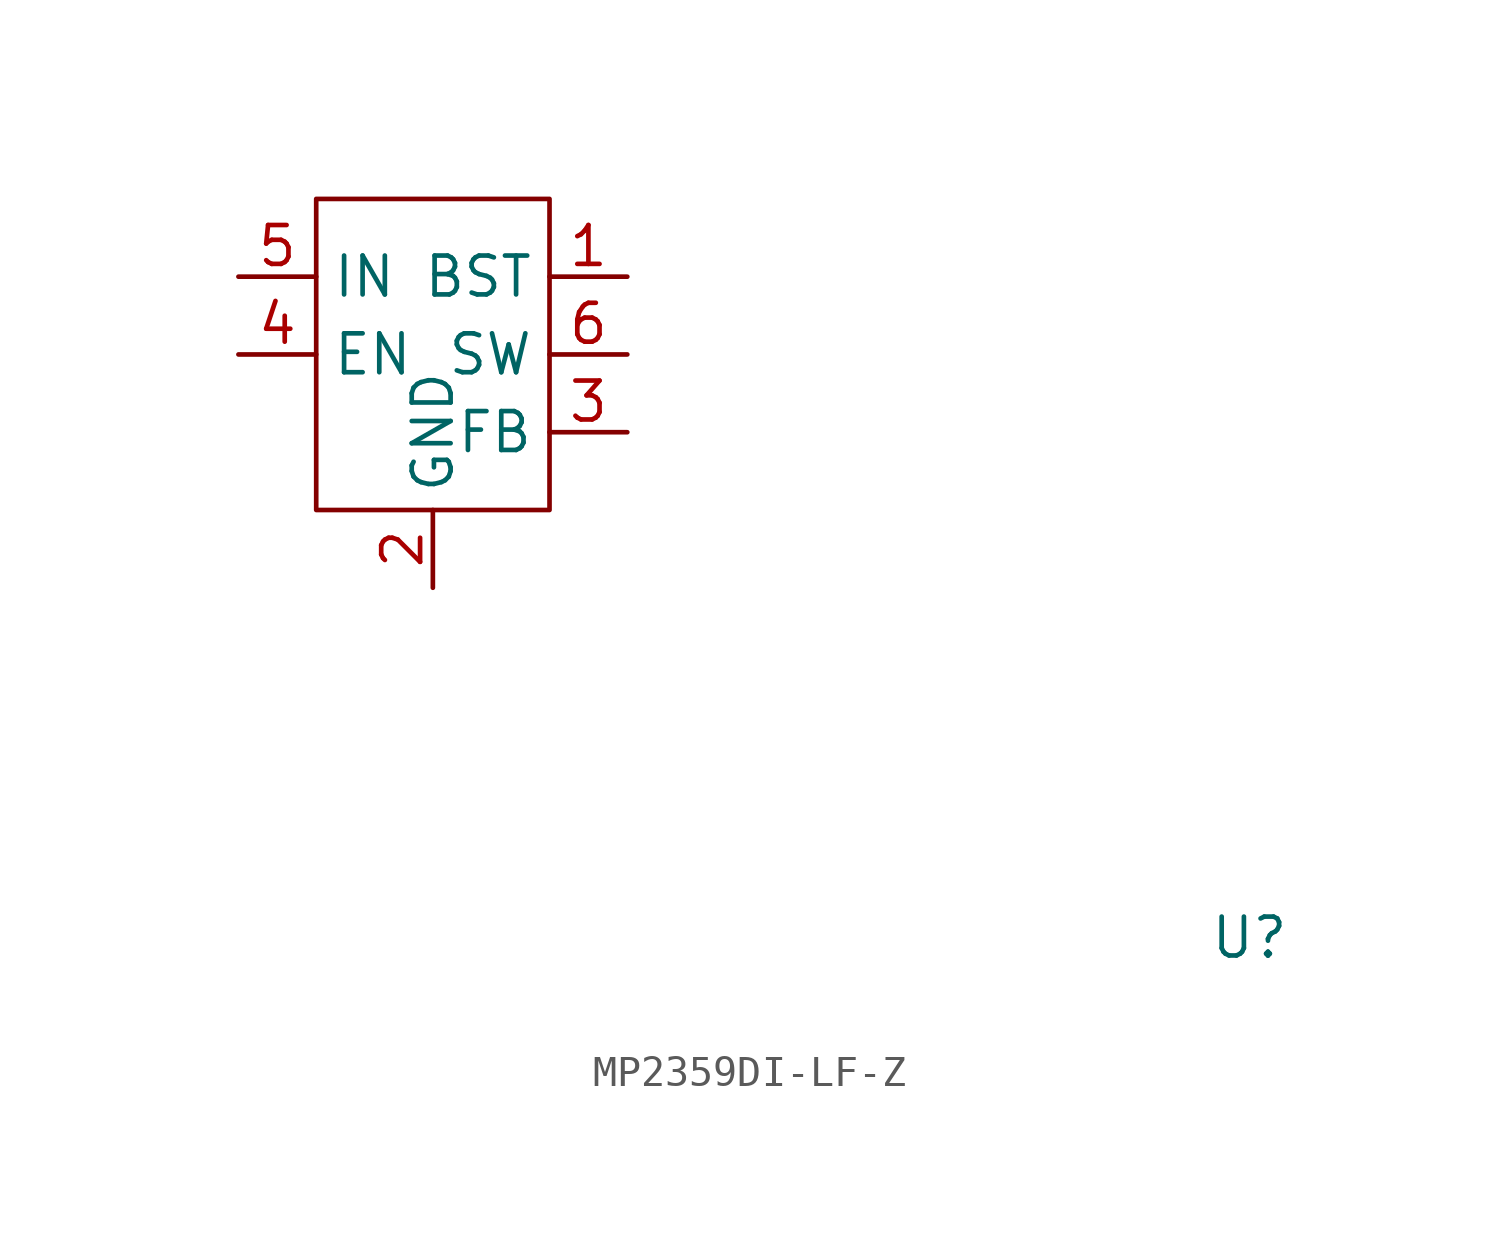
<source format=kicad_sym>
(kicad_symbol_lib
  (version 20220914)
  (generator kicad_symbol_editor)
  (symbol "MP2359DI-LF-Z"
    (property "Reference" "U"
      (at 0 0 0)
      (effects (font (size 1.27 1.27))))
    (property "Value" ""
      (at 0 0 0)
      (effects (font (size 1.27 1.27))))
    (symbol "MP2359DI-LF-Z_1_1"
      (rectangle (start -30.48 24.13) (end -22.86 13.97) (stroke (width 0) (type default)) (fill (type none)))
      (pin input line (at -20.32 21.59 180) (length 2.54) (name "BST" (effects (font (size 1.27 1.27)))) (number "1" (effects (font (size 1.27 1.27)))))
      (pin input line (at -26.67 11.43 90) (length 2.54) (name "GND" (effects (font (size 1.27 1.27)))) (number "2" (effects (font (size 1.27 1.27)))))
      (pin input line (at -20.32 16.51 180) (length 2.54) (name "FB" (effects (font (size 1.27 1.27)))) (number "3" (effects (font (size 1.27 1.27)))))
      (pin input line (at -33.02 19.05 0) (length 2.54) (name "EN" (effects (font (size 1.27 1.27)))) (number "4" (effects (font (size 1.27 1.27)))))
      (pin input line (at -33.02 21.59 0) (length 2.54) (name "IN" (effects (font (size 1.27 1.27)))) (number "5" (effects (font (size 1.27 1.27)))))
      (pin input line (at -20.32 19.05 180) (length 2.54) (name "SW" (effects (font (size 1.27 1.27)))) (number "6" (effects (font (size 1.27 1.27))))))))
</source>
